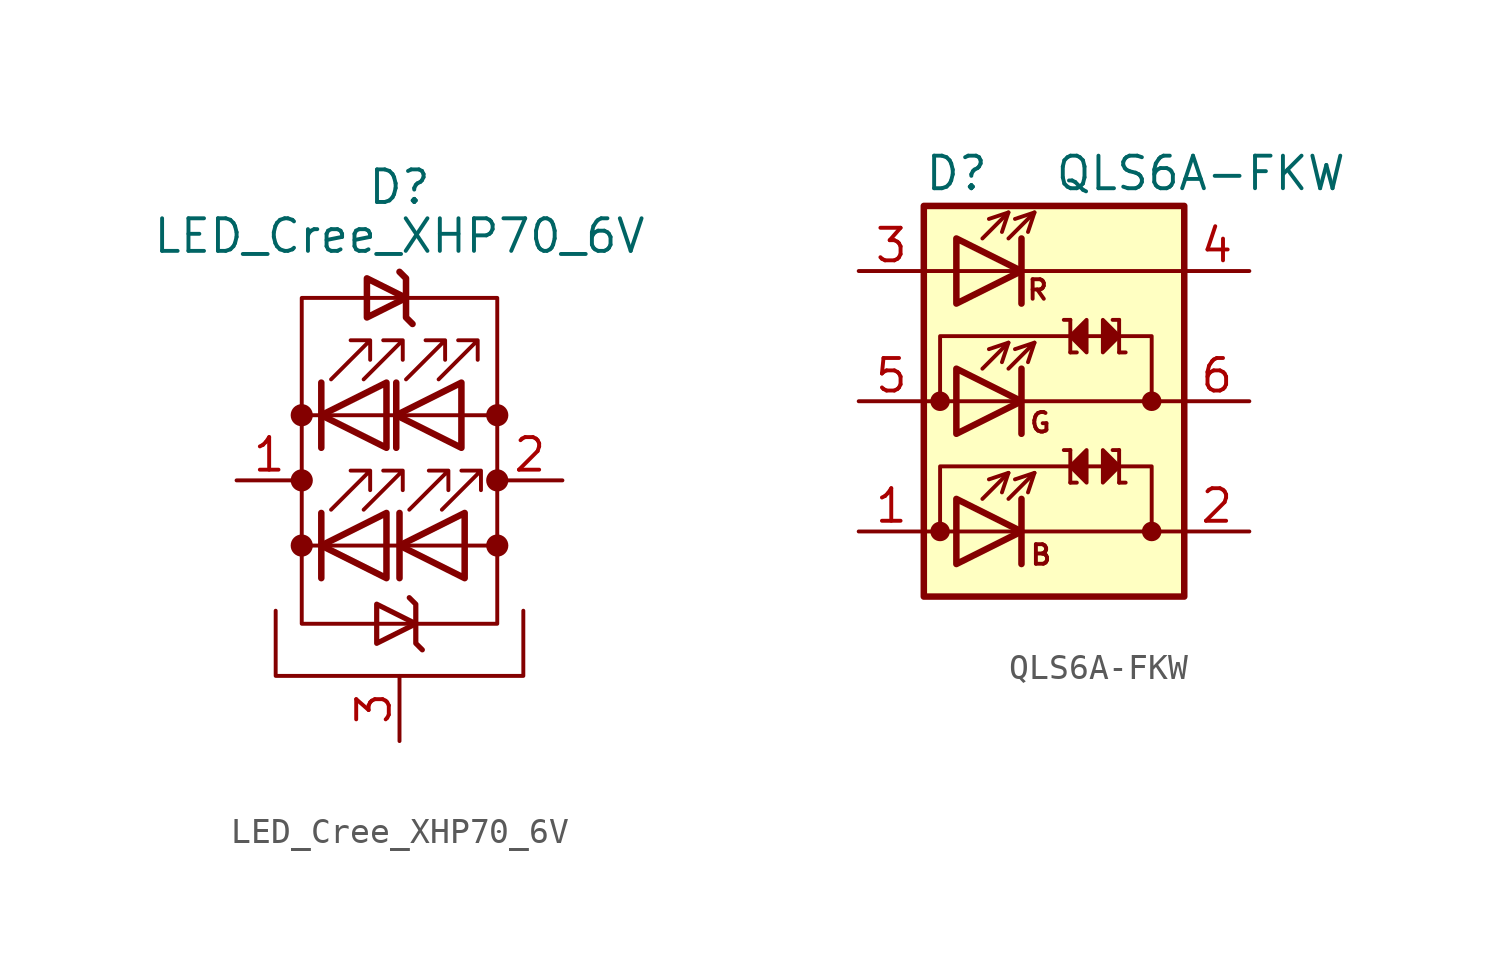
<source format=kicad_sym>
(kicad_symbol_lib
  (version 20241209)
  (generator "kicad_symbol_editor")
  (generator_version "9.0")
  (symbol "LED_Cree_XHP70_6V"
    (pin_names
      (offset 1.016) hide)
    (property "Reference" "D"
      (at 0 11.43 0)
      (effects (font (size 1.27 1.27))))
    (property "Value" "LED_Cree_XHP70_6V"
      (at 0 9.525 0)
      (effects (font (size 1.27 1.27))))
    (symbol "LED_Cree_XHP70_6V_0_1"
      (polyline (pts (xy -4.826 -5.08) (xy -4.826 -7.62) (xy 4.826 -7.62) (xy 4.826 -5.08)) (stroke (width 0) (type default)) (fill (type none)))
      (circle (center -3.81 2.54) (radius 0.356) (stroke (width 0) (type default)) (fill (type outline)))
      (circle (center -3.81 0) (radius 0.356) (stroke (width 0) (type default)) (fill (type outline)))
      (circle (center -3.81 -2.54) (radius 0.356) (stroke (width 0) (type default)) (fill (type outline)))
      (polyline (pts (xy -3.81 -2.54) (xy 3.81 -2.54)) (stroke (width 0) (type default)) (fill (type none)))
      (polyline (pts (xy -3.81 -5.588) (xy -3.81 7.112) (xy 3.81 7.112) (xy 3.81 -5.588) (xy -3.81 -5.588)) (stroke (width 0) (type default)) (fill (type none)))
      (polyline (pts (xy -3.048 1.27) (xy -3.048 3.81)) (stroke (width 0.254) (type default)) (fill (type none)))
      (polyline (pts (xy -3.048 -3.81) (xy -3.048 -1.27)) (stroke (width 0.254) (type default)) (fill (type none)))
      (polyline (pts (xy -2.667 3.937) (xy -1.143 5.461) (xy -1.905 5.461) (xy -1.143 5.461) (xy -1.143 4.699)) (stroke (width 0) (type default)) (fill (type none)))
      (polyline (pts (xy -2.667 -1.143) (xy -1.143 0.381) (xy -1.905 0.381) (xy -1.143 0.381) (xy -1.143 -0.381)) (stroke (width 0) (type default)) (fill (type none)))
      (polyline (pts (xy -1.397 3.937) (xy 0.127 5.461) (xy -0.635 5.461) (xy 0.127 5.461) (xy 0.127 4.699)) (stroke (width 0) (type default)) (fill (type none)))
      (polyline (pts (xy -1.397 -1.143) (xy 0.127 0.381) (xy -0.635 0.381) (xy 0.127 0.381) (xy 0.127 -0.381)) (stroke (width 0) (type default)) (fill (type none)))
      (polyline (pts (xy -1.27 6.35) (xy -1.27 7.874) (xy 0.254 7.112) (xy -1.27 6.35) (xy -1.27 6.604)) (stroke (width 0.254) (type default)) (fill (type none)))
      (polyline (pts (xy -0.889 -6.35) (xy -0.889 -4.826) (xy 0.635 -5.588) (xy -0.889 -6.35) (xy -0.889 -6.096)) (stroke (width 0.203) (type default)) (fill (type none)))
      (polyline (pts (xy -0.508 1.27) (xy -0.508 3.81) (xy -3.048 2.54) (xy -0.508 1.27)) (stroke (width 0.254) (type default)) (fill (type none)))
      (polyline (pts (xy -0.508 -3.81) (xy -0.508 -1.27) (xy -3.048 -2.54) (xy -0.508 -3.81)) (stroke (width 0.254) (type default)) (fill (type none)))
      (polyline (pts (xy -0.127 1.27) (xy -0.127 3.81)) (stroke (width 0.254) (type default)) (fill (type none)))
      (polyline (pts (xy 0 -3.81) (xy 0 -1.27)) (stroke (width 0.254) (type default)) (fill (type none)))
      (polyline (pts (xy 0.254 3.937) (xy 1.778 5.461) (xy 1.016 5.461) (xy 1.778 5.461) (xy 1.778 4.699)) (stroke (width 0) (type default)) (fill (type none)))
      (polyline (pts (xy 0.381 -1.143) (xy 1.905 0.381) (xy 1.143 0.381) (xy 1.905 0.381) (xy 1.905 -0.381)) (stroke (width 0) (type default)) (fill (type none)))
      (polyline (pts (xy 0.508 6.096) (xy 0.254 6.35) (xy 0.254 7.874) (xy 0 8.128)) (stroke (width 0.254) (type default)) (fill (type none)))
      (polyline (pts (xy 0.889 -6.604) (xy 0.635 -6.35) (xy 0.635 -4.826) (xy 0.381 -4.572)) (stroke (width 0.203) (type default)) (fill (type none)))
      (polyline (pts (xy 1.524 3.937) (xy 3.048 5.461) (xy 2.286 5.461) (xy 3.048 5.461) (xy 3.048 4.699)) (stroke (width 0) (type default)) (fill (type none)))
      (polyline (pts (xy 1.651 -1.143) (xy 3.175 0.381) (xy 2.413 0.381) (xy 3.175 0.381) (xy 3.175 -0.381)) (stroke (width 0) (type default)) (fill (type none)))
      (polyline (pts (xy 2.413 1.27) (xy 2.413 3.81) (xy -0.127 2.54) (xy 2.413 1.27)) (stroke (width 0.254) (type default)) (fill (type none)))
      (polyline (pts (xy 2.54 -3.81) (xy 2.54 -1.27) (xy 0 -2.54) (xy 2.54 -3.81)) (stroke (width 0.254) (type default)) (fill (type none)))
      (polyline (pts (xy 3.81 2.54) (xy -3.81 2.54)) (stroke (width 0) (type default)) (fill (type none)))
      (circle (center 3.81 2.54) (radius 0.356) (stroke (width 0) (type default)) (fill (type outline)))
      (circle (center 3.81 0) (radius 0.356) (stroke (width 0) (type default)) (fill (type outline)))
      (circle (center 3.81 -2.54) (radius 0.356) (stroke (width 0) (type default)) (fill (type outline))))
    (symbol "LED_Cree_XHP70_6V_1_1"
      (pin passive line (at -6.35 0 0) (length 2.54) (name "K" (effects (font (size 1.27 1.27)))) (number "1" (effects (font (size 1.27 1.27)))))
      (pin passive line (at 0 -10.16 90) (length 2.54) (name "PAD" (effects (font (size 1.27 1.27)))) (number "3" (effects (font (size 1.27 1.27)))))
      (pin passive line (at 6.35 0 180) (length 2.54) (name "A" (effects (font (size 1.27 1.27)))) (number "2" (effects (font (size 1.27 1.27)))))))
  (symbol "QLS6A-FKW"
    (pin_names hide)
    (property "Reference" "D"
      (at -5.08 8.89 0)
      (effects (font (size 1.27 1.27)) (justify left)))
    (property "Value" "QLS6A-FKW"
      (at 0 8.89 0)
      (effects (font (size 1.27 1.27)) (justify left)))
    (symbol "QLS6A-FKW_0_0"
      (text "R" (at -0.635 4.343 0) (effects (font (size 0.762 0.762))))
      (text "G" (at -0.533 -0.838 0) (effects (font (size 0.762 0.762))))
      (text "B" (at -0.508 -5.994 0) (effects (font (size 0.762 0.762)))))
    (symbol "QLS6A-FKW_0_1"
      (rectangle (start -5.08 7.62) (end 5.08 -7.62) (stroke (width 0.254) (type default)) (fill (type background)))
      (polyline (pts (xy -5.08 0) (xy 5.08 0)) (stroke (width 0) (type default)) (fill (type none)))
      (polyline (pts (xy -5.08 -5.08) (xy 5.08 -5.08)) (stroke (width 0) (type default)) (fill (type none)))
      (polyline (pts (xy -4.445 0) (xy -4.445 2.54) (xy 3.81 2.54) (xy 3.81 0)) (stroke (width 0) (type default)) (fill (type none)))
      (polyline (pts (xy -3.81 6.35) (xy -1.27 5.08) (xy -3.81 3.81) (xy -3.81 6.35)) (stroke (width 0.254) (type default)) (fill (type none)))
      (polyline (pts (xy -3.81 1.27) (xy -3.81 -1.27) (xy -1.27 0) (xy -3.81 1.27)) (stroke (width 0.254) (type default)) (fill (type none)))
      (polyline (pts (xy -3.81 -3.81) (xy -3.81 -6.35) (xy -1.27 -5.08) (xy -3.81 -3.81)) (stroke (width 0.254) (type default)) (fill (type none)))
      (polyline (pts (xy -1.27 6.35) (xy -1.27 3.81)) (stroke (width 0.254) (type default)) (fill (type none)))
      (polyline (pts (xy -1.27 1.27) (xy -1.27 -1.27)) (stroke (width 0.254) (type default)) (fill (type none)))
      (polyline (pts (xy -1.27 -3.81) (xy -1.27 -6.35)) (stroke (width 0.254) (type default)) (fill (type none)))
      (polyline (pts (xy 0.635 3.175) (xy 0.381 3.175)) (stroke (width 0) (type default)) (fill (type none)))
      (polyline (pts (xy 0.635 3.175) (xy 0.635 1.905)) (stroke (width 0) (type default)) (fill (type none)))
      (polyline (pts (xy 0.635 1.905) (xy 0.889 1.905)) (stroke (width 0) (type default)) (fill (type none)))
      (polyline (pts (xy 0.635 -1.905) (xy 0.381 -1.905)) (stroke (width 0) (type default)) (fill (type none)))
      (polyline (pts (xy 0.635 -1.905) (xy 0.635 -3.175)) (stroke (width 0) (type default)) (fill (type none)))
      (polyline (pts (xy 0.635 -2.54) (xy 1.27 -3.175) (xy 1.27 -1.905) (xy 0.635 -2.54)) (stroke (width 0) (type default)) (fill (type outline)))
      (polyline (pts (xy 0.889 -3.175) (xy 0.635 -3.175)) (stroke (width 0) (type default)) (fill (type none)))
      (polyline (pts (xy 1.27 3.175) (xy 1.27 1.905) (xy 0.635 2.54) (xy 1.27 3.175)) (stroke (width 0) (type default)) (fill (type outline)))
      (polyline (pts (xy 1.905 3.175) (xy 1.905 1.905) (xy 2.54 2.54) (xy 1.905 3.175)) (stroke (width 0) (type default)) (fill (type outline)))
      (polyline (pts (xy 1.905 -1.905) (xy 1.905 -3.175) (xy 2.54 -2.54) (xy 1.905 -1.905)) (stroke (width 0) (type default)) (fill (type outline)))
      (polyline (pts (xy 2.54 3.175) (xy 2.286 3.175)) (stroke (width 0) (type default)) (fill (type none)))
      (polyline (pts (xy 2.54 1.905) (xy 2.54 3.175)) (stroke (width 0) (type default)) (fill (type none)))
      (polyline (pts (xy 2.54 1.905) (xy 2.794 1.905)) (stroke (width 0) (type default)) (fill (type none)))
      (polyline (pts (xy 2.54 -1.905) (xy 2.286 -1.905)) (stroke (width 0) (type default)) (fill (type none)))
      (polyline (pts (xy 2.54 -1.905) (xy 2.54 -3.175)) (stroke (width 0) (type default)) (fill (type none)))
      (polyline (pts (xy 2.54 -3.175) (xy 2.794 -3.175)) (stroke (width 0) (type default)) (fill (type none)))
      (polyline (pts (xy 3.81 -5.08) (xy 3.81 -2.54) (xy -4.445 -2.54) (xy -4.445 -5.08)) (stroke (width 0) (type default)) (fill (type none))))
    (symbol "QLS6A-FKW_1_1"
      (polyline (pts (xy -5.08 5.08) (xy 5.08 5.08)) (stroke (width 0) (type default)) (fill (type none)))
      (circle (center -4.445 0) (radius 0.254) (stroke (width 0.254) (type default)) (fill (type outline)))
      (circle (center -4.445 -5.08) (radius 0.254) (stroke (width 0.254) (type default)) (fill (type outline)))
      (polyline (pts (xy -2.794 6.35) (xy -1.778 7.366)) (stroke (width 0) (type default)) (fill (type none)))
      (polyline (pts (xy -2.794 1.27) (xy -1.778 2.286)) (stroke (width 0) (type default)) (fill (type none)))
      (polyline (pts (xy -2.794 -3.81) (xy -1.778 -2.794)) (stroke (width 0) (type default)) (fill (type none)))
      (polyline (pts (xy -2.54 7.112) (xy -1.778 7.366) (xy -2.032 6.604)) (stroke (width 0) (type default)) (fill (type none)))
      (polyline (pts (xy -2.54 2.032) (xy -1.778 2.286) (xy -2.032 1.524)) (stroke (width 0) (type default)) (fill (type none)))
      (polyline (pts (xy -2.54 -3.048) (xy -1.778 -2.794) (xy -2.032 -3.556)) (stroke (width 0) (type default)) (fill (type none)))
      (polyline (pts (xy -1.778 6.35) (xy -0.762 7.366)) (stroke (width 0) (type default)) (fill (type none)))
      (polyline (pts (xy -1.778 1.27) (xy -0.762 2.286)) (stroke (width 0) (type default)) (fill (type none)))
      (polyline (pts (xy -1.778 -3.81) (xy -0.762 -2.794)) (stroke (width 0) (type default)) (fill (type none)))
      (polyline (pts (xy -1.524 7.112) (xy -0.762 7.366) (xy -1.016 6.604)) (stroke (width 0) (type default)) (fill (type none)))
      (polyline (pts (xy -1.524 2.032) (xy -0.762 2.286) (xy -1.016 1.524)) (stroke (width 0) (type default)) (fill (type none)))
      (polyline (pts (xy -1.524 -3.048) (xy -0.762 -2.794) (xy -1.016 -3.556)) (stroke (width 0) (type default)) (fill (type none)))
      (circle (center 3.81 0) (radius 0.254) (stroke (width 0.254) (type default)) (fill (type outline)))
      (circle (center 3.81 -5.08) (radius 0.254) (stroke (width 0.254) (type default)) (fill (type outline)))
      (pin passive line (at -7.62 5.08 0) (length 2.54) (name "AR" (effects (font (size 1.27 1.27)))) (number "3" (effects (font (size 1.27 1.27)))))
      (pin passive line (at -7.62 0 0) (length 2.54) (name "AG" (effects (font (size 1.27 1.27)))) (number "5" (effects (font (size 1.27 1.27)))))
      (pin passive line (at -7.62 -5.08 0) (length 2.54) (name "AB" (effects (font (size 1.27 1.27)))) (number "1" (effects (font (size 1.27 1.27)))))
      (pin passive line (at 7.62 5.08 180) (length 2.54) (name "KR" (effects (font (size 1.27 1.27)))) (number "4" (effects (font (size 1.27 1.27)))))
      (pin passive line (at 7.62 0 180) (length 2.54) (name "KR" (effects (font (size 1.27 1.27)))) (number "6" (effects (font (size 1.27 1.27)))))
      (pin passive line (at 7.62 -5.08 180) (length 2.54) (name "KB" (effects (font (size 1.27 1.27)))) (number "2" (effects (font (size 1.27 1.27))))))))
</source>
